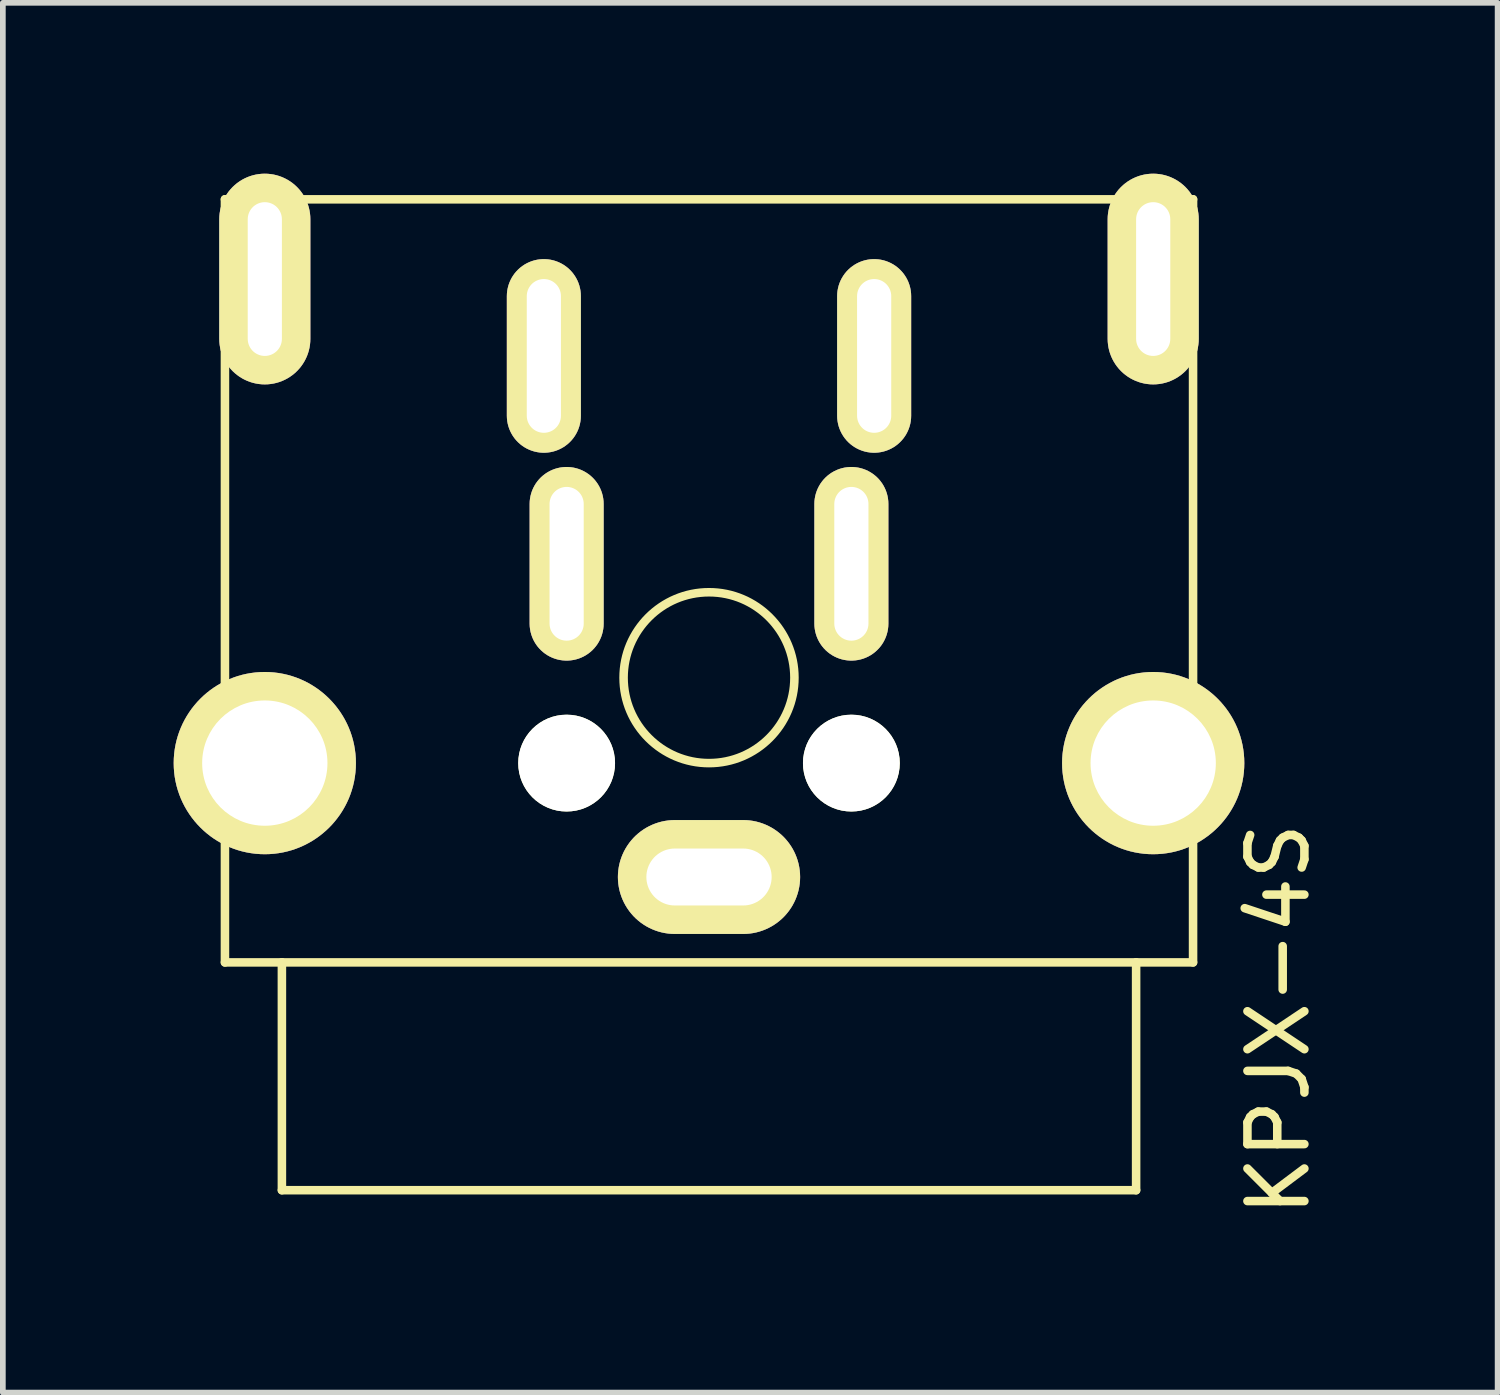
<source format=kicad_pcb>
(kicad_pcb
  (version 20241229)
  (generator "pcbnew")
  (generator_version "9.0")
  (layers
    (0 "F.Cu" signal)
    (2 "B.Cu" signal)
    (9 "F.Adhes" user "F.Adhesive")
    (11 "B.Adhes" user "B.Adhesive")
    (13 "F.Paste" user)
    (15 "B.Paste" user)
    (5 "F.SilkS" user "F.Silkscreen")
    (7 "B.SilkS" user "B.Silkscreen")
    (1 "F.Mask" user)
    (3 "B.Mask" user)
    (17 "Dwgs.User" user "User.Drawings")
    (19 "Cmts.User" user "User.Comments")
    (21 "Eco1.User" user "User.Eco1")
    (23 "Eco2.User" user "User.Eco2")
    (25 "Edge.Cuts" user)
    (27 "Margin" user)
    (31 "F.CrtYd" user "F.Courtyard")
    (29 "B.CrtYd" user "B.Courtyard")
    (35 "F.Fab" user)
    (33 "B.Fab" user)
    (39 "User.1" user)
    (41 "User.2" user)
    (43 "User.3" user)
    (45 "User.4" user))
  (footprint "KPJX-4S"
    (layer "F.Cu")
    (at 9.4 17.85)
    (property "Reference" "KPJX-4S" (at 10 -3 90) (layer "F.SilkS") (effects (font (size 1 1) (thickness 0.15))))
    (attr through_hole)
    (fp_line (start -8.5 -17.4) (end -8.5 -4) (stroke (width 0.15) (type solid)) (layer "F.SilkS"))
    (fp_line (start -8.5 -4) (end -7.5 -4) (stroke (width 0.15) (type solid)) (layer "F.SilkS"))
    (fp_line (start -7.5 -4) (end -7.5 0) (stroke (width 0.15) (type solid)) (layer "F.SilkS"))
    (fp_line (start -7.5 0) (end 7.5 0) (stroke (width 0.15) (type solid)) (layer "F.SilkS"))
    (fp_line (start 7.5 -4) (end -7.5 -4) (stroke (width 0.15) (type solid)) (layer "F.SilkS"))
    (fp_line (start 7.5 -4) (end 8.5 -4) (stroke (width 0.15) (type solid)) (layer "F.SilkS"))
    (fp_line (start 7.5 0) (end 7.5 -4) (stroke (width 0.15) (type solid)) (layer "F.SilkS"))
    (fp_line (start 8.5 -17.4) (end -8.5 -17.4) (stroke (width 0.15) (type solid)) (layer "F.SilkS"))
    (fp_line (start 8.5 -4) (end 8.5 -17.4) (stroke (width 0.15) (type solid)) (layer "F.SilkS"))
    (fp_circle (center 0 -9) (end 1.5 -9) (stroke (width 0.15) (type solid)) (fill no) (layer "F.SilkS"))
    (pad "" np_thru_hole circle (at -2.5 -7.5 180) (size 1.7 1.7) (drill 1.7) (layers "*.Cu" "*.Mask" "F.SilkS"))
    (pad "" np_thru_hole circle (at 2.5 -7.5 180) (size 1.7 1.7) (drill 1.7) (layers "*.Cu" "*.Mask" "F.SilkS"))
    (pad "1" thru_hole oval (at 2.9 -14.65) (size 1.3 3.4) (drill oval 0.6 2.7) (layers "*.Cu" "*.Mask" "F.SilkS"))
    (pad "2" thru_hole oval (at -2.9 -14.65) (size 1.3 3.4) (drill oval 0.6 2.7) (layers "*.Cu" "*.Mask" "F.SilkS"))
    (pad "3" thru_hole oval (at 2.5 -11) (size 1.3 3.4) (drill oval 0.6 2.7) (layers "*.Cu" "*.Mask" "F.SilkS"))
    (pad "4" thru_hole oval (at -2.5 -11) (size 1.3 3.4) (drill oval 0.6 2.7) (layers "*.Cu" "*.Mask" "F.SilkS"))
    (pad "5" thru_hole oval (at -7.8 -16) (size 1.6 3.7) (drill oval 0.6 2.7) (layers "*.Cu" "*.Mask" "F.SilkS"))
    (pad "5" thru_hole circle (at -7.8 -7.5 270) (size 3.2 3.2) (drill 2.2) (layers "*.Cu" "*.Mask" "F.SilkS"))
    (pad "5" thru_hole oval (at 7.8 -16) (size 1.6 3.7) (drill oval 0.6 2.7) (layers "*.Cu" "*.Mask" "F.SilkS"))
    (pad "5" thru_hole circle (at 7.8 -7.5 180) (size 3.2 3.2) (drill 2.2) (layers "*.Cu" "*.Mask" "F.SilkS"))
    (pad "6" thru_hole oval (at 0 -5.5) (size 3.2 2) (drill oval 2.2 1) (layers "*.Cu" "*.Mask" "F.SilkS")))
  (gr_rect
    (start -3 -3)
    (end 23.248 21.404)
    (stroke (width 0.1) (type default))
    (fill no)
    (layer "Edge.Cuts")))
</source>
